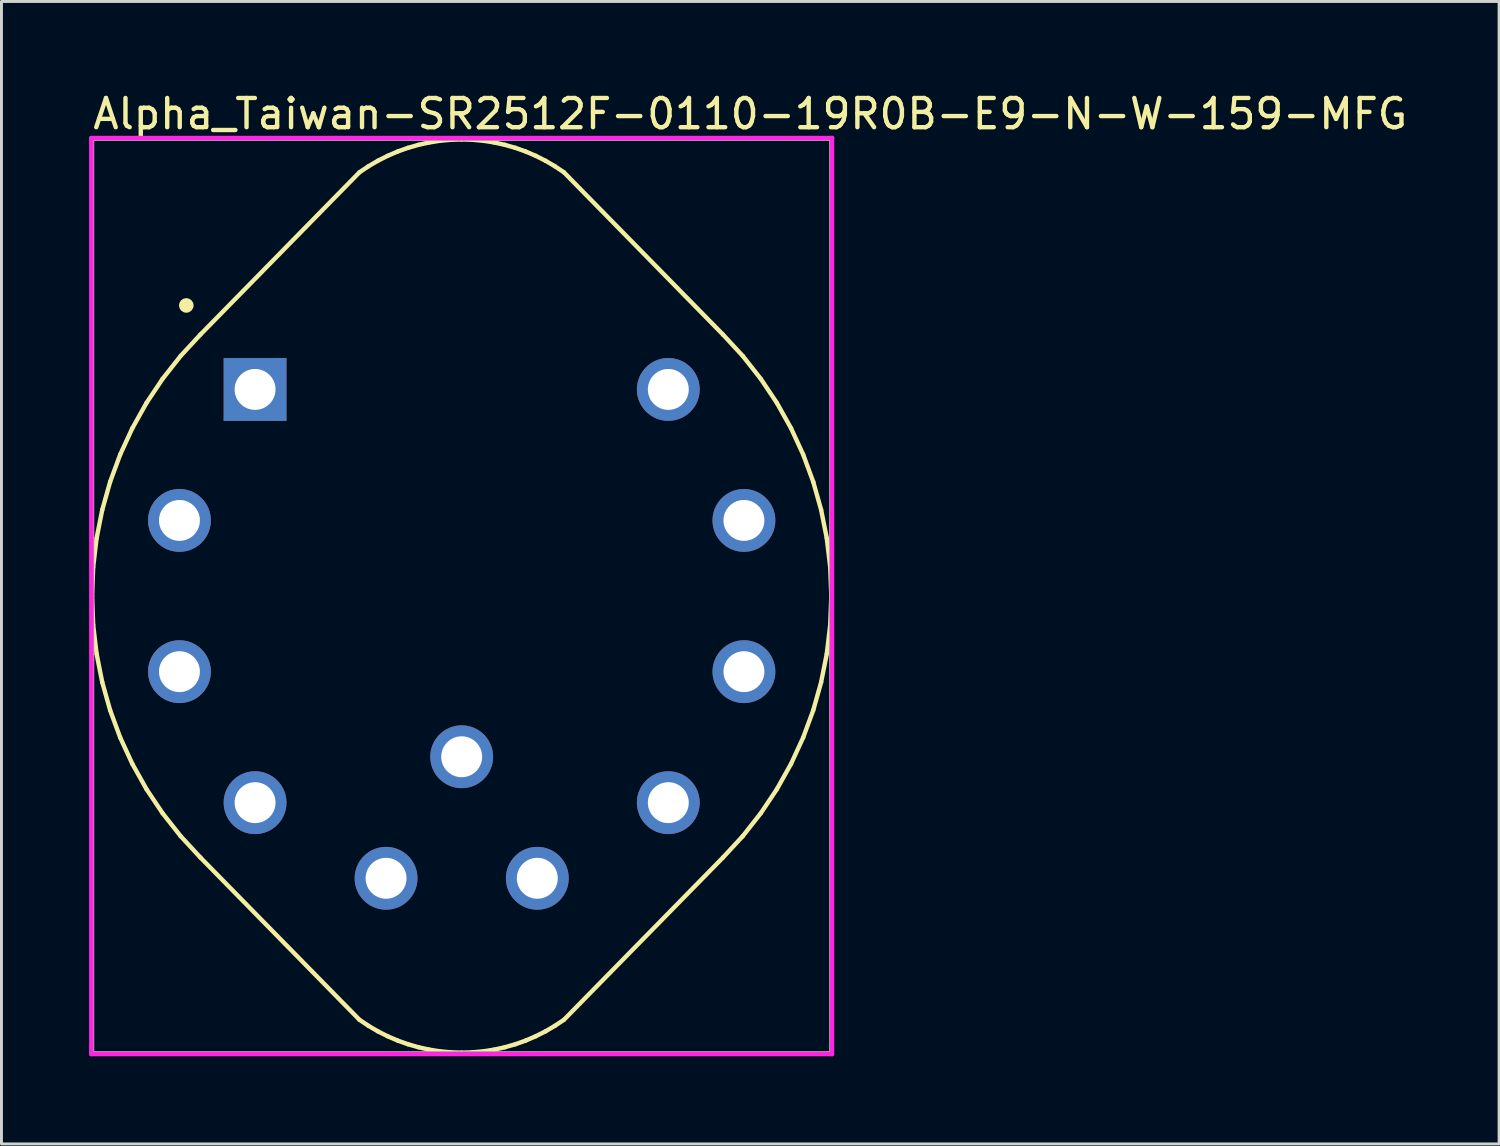
<source format=kicad_pcb>
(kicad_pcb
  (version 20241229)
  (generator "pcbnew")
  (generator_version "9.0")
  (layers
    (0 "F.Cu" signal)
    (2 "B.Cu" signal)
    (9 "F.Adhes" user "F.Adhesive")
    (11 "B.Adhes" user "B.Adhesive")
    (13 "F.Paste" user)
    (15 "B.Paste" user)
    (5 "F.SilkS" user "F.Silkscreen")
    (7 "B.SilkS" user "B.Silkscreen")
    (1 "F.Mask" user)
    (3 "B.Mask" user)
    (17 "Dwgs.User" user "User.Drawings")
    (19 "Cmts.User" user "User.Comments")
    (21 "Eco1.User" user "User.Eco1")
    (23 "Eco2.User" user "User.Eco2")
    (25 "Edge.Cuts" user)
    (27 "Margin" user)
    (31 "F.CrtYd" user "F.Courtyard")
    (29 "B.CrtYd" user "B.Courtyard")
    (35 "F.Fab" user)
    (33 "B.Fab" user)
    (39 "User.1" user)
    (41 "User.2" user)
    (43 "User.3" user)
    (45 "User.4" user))
  (footprint "Alpha_Taiwan-SR2512F-0110-19R0B-E9-N-W-159-MFG"
    (layer "F.Cu")
    (at 12.75 17.348)
    (property "Reference" "Alpha_Taiwan-SR2512F-0110-19R0B-E9-N-W-159-MFG" (at -12.7 -16.5 0) (layer "F.SilkS") (effects (font (size 1 1) (thickness 0.15)) (justify left)))
    (attr through_hole)
    (fp_line (start -12.65 0) (end -12.611 0.993) (stroke (width 0.15) (type solid)) (layer "F.SilkS"))
    (fp_line (start -12.611 -0.993) (end -12.65 0) (stroke (width 0.15) (type solid)) (layer "F.SilkS"))
    (fp_line (start -12.611 0.993) (end -12.494 1.979) (stroke (width 0.15) (type solid)) (layer "F.SilkS"))
    (fp_line (start -12.494 -1.979) (end -12.611 -0.993) (stroke (width 0.15) (type solid)) (layer "F.SilkS"))
    (fp_line (start -12.494 1.979) (end -12.3 2.953) (stroke (width 0.15) (type solid)) (layer "F.SilkS"))
    (fp_line (start -12.3 -2.953) (end -12.494 -1.979) (stroke (width 0.15) (type solid)) (layer "F.SilkS"))
    (fp_line (start -12.3 2.953) (end -12.031 3.909) (stroke (width 0.15) (type solid)) (layer "F.SilkS"))
    (fp_line (start -12.031 -3.909) (end -12.3 -2.953) (stroke (width 0.15) (type solid)) (layer "F.SilkS"))
    (fp_line (start -12.031 3.909) (end -11.687 4.841) (stroke (width 0.15) (type solid)) (layer "F.SilkS"))
    (fp_line (start -11.687 -4.841) (end -12.031 -3.909) (stroke (width 0.15) (type solid)) (layer "F.SilkS"))
    (fp_line (start -11.687 4.841) (end -11.271 5.743) (stroke (width 0.15) (type solid)) (layer "F.SilkS"))
    (fp_line (start -11.271 -5.743) (end -11.687 -4.841) (stroke (width 0.15) (type solid)) (layer "F.SilkS"))
    (fp_line (start -11.271 5.743) (end -10.786 6.61) (stroke (width 0.15) (type solid)) (layer "F.SilkS"))
    (fp_line (start -10.786 -6.61) (end -11.271 -5.743) (stroke (width 0.15) (type solid)) (layer "F.SilkS"))
    (fp_line (start -10.786 6.61) (end -10.234 7.435) (stroke (width 0.15) (type solid)) (layer "F.SilkS"))
    (fp_line (start -10.234 -7.435) (end -10.786 -6.61) (stroke (width 0.15) (type solid)) (layer "F.SilkS"))
    (fp_line (start -10.234 7.435) (end -9.619 8.216) (stroke (width 0.15) (type solid)) (layer "F.SilkS"))
    (fp_line (start -9.619 -8.216) (end -10.234 -7.435) (stroke (width 0.15) (type solid)) (layer "F.SilkS"))
    (fp_line (start -9.619 8.216) (end -8.945 8.945) (stroke (width 0.15) (type solid)) (layer "F.SilkS"))
    (fp_line (start -8.945 -8.945) (end -3.5 -14.5) (stroke (width 0.15) (type solid)) (layer "F.SilkS"))
    (fp_line (start -8.945 -8.945) (end -9.619 -8.216) (stroke (width 0.15) (type solid)) (layer "F.SilkS"))
    (fp_line (start -3.5 -14.5) (end -3.19 -14.708) (stroke (width 0.15) (type solid)) (layer "F.SilkS"))
    (fp_line (start -3.5 14.5) (end -8.945 8.945) (stroke (width 0.15) (type solid)) (layer "F.SilkS"))
    (fp_line (start -3.19 -14.708) (end -2.867 -14.897) (stroke (width 0.15) (type solid)) (layer "F.SilkS"))
    (fp_line (start -3.19 14.708) (end -3.5 14.5) (stroke (width 0.15) (type solid)) (layer "F.SilkS"))
    (fp_line (start -2.867 -14.897) (end -2.534 -15.065) (stroke (width 0.15) (type solid)) (layer "F.SilkS"))
    (fp_line (start -2.867 14.897) (end -3.19 14.708) (stroke (width 0.15) (type solid)) (layer "F.SilkS"))
    (fp_line (start -2.534 -15.065) (end -2.19 -15.213) (stroke (width 0.15) (type solid)) (layer "F.SilkS"))
    (fp_line (start -2.534 15.065) (end -2.867 14.897) (stroke (width 0.15) (type solid)) (layer "F.SilkS"))
    (fp_line (start -2.19 -15.213) (end -1.838 -15.338) (stroke (width 0.15) (type solid)) (layer "F.SilkS"))
    (fp_line (start -2.19 15.213) (end -2.534 15.065) (stroke (width 0.15) (type solid)) (layer "F.SilkS"))
    (fp_line (start -1.838 -15.338) (end -1.479 -15.441) (stroke (width 0.15) (type solid)) (layer "F.SilkS"))
    (fp_line (start -1.838 15.338) (end -2.19 15.213) (stroke (width 0.15) (type solid)) (layer "F.SilkS"))
    (fp_line (start -1.479 -15.441) (end -1.115 -15.522) (stroke (width 0.15) (type solid)) (layer "F.SilkS"))
    (fp_line (start -1.479 15.441) (end -1.838 15.338) (stroke (width 0.15) (type solid)) (layer "F.SilkS"))
    (fp_line (start -1.115 -15.522) (end -0.745 -15.58) (stroke (width 0.15) (type solid)) (layer "F.SilkS"))
    (fp_line (start -1.115 15.522) (end -1.479 15.441) (stroke (width 0.15) (type solid)) (layer "F.SilkS"))
    (fp_line (start -0.745 -15.58) (end -0.373 -15.615) (stroke (width 0.15) (type solid)) (layer "F.SilkS"))
    (fp_line (start -0.745 15.58) (end -1.115 15.522) (stroke (width 0.15) (type solid)) (layer "F.SilkS"))
    (fp_line (start -0.373 -15.615) (end 0 -15.627) (stroke (width 0.15) (type solid)) (layer "F.SilkS"))
    (fp_line (start -0.373 15.615) (end -0.745 15.58) (stroke (width 0.15) (type solid)) (layer "F.SilkS"))
    (fp_line (start 0 -15.627) (end 0.373 -15.615) (stroke (width 0.15) (type solid)) (layer "F.SilkS"))
    (fp_line (start 0 15.627) (end -0.373 15.615) (stroke (width 0.15) (type solid)) (layer "F.SilkS"))
    (fp_line (start 0.373 -15.615) (end 0.745 -15.58) (stroke (width 0.15) (type solid)) (layer "F.SilkS"))
    (fp_line (start 0.373 15.615) (end 0 15.627) (stroke (width 0.15) (type solid)) (layer "F.SilkS"))
    (fp_line (start 0.745 -15.58) (end 1.115 -15.522) (stroke (width 0.15) (type solid)) (layer "F.SilkS"))
    (fp_line (start 0.745 15.58) (end 0.373 15.615) (stroke (width 0.15) (type solid)) (layer "F.SilkS"))
    (fp_line (start 1.115 -15.522) (end 1.479 -15.441) (stroke (width 0.15) (type solid)) (layer "F.SilkS"))
    (fp_line (start 1.115 15.522) (end 0.745 15.58) (stroke (width 0.15) (type solid)) (layer "F.SilkS"))
    (fp_line (start 1.479 -15.441) (end 1.838 -15.338) (stroke (width 0.15) (type solid)) (layer "F.SilkS"))
    (fp_line (start 1.479 15.441) (end 1.115 15.522) (stroke (width 0.15) (type solid)) (layer "F.SilkS"))
    (fp_line (start 1.838 -15.338) (end 2.19 -15.213) (stroke (width 0.15) (type solid)) (layer "F.SilkS"))
    (fp_line (start 1.838 15.338) (end 1.479 15.441) (stroke (width 0.15) (type solid)) (layer "F.SilkS"))
    (fp_line (start 2.19 -15.213) (end 2.534 -15.065) (stroke (width 0.15) (type solid)) (layer "F.SilkS"))
    (fp_line (start 2.19 15.213) (end 1.838 15.338) (stroke (width 0.15) (type solid)) (layer "F.SilkS"))
    (fp_line (start 2.534 -15.065) (end 2.867 -14.897) (stroke (width 0.15) (type solid)) (layer "F.SilkS"))
    (fp_line (start 2.534 15.065) (end 2.19 15.213) (stroke (width 0.15) (type solid)) (layer "F.SilkS"))
    (fp_line (start 2.867 -14.897) (end 3.19 -14.708) (stroke (width 0.15) (type solid)) (layer "F.SilkS"))
    (fp_line (start 2.867 14.897) (end 2.534 15.065) (stroke (width 0.15) (type solid)) (layer "F.SilkS"))
    (fp_line (start 3.19 -14.708) (end 3.5 -14.5) (stroke (width 0.15) (type solid)) (layer "F.SilkS"))
    (fp_line (start 3.19 14.708) (end 2.867 14.897) (stroke (width 0.15) (type solid)) (layer "F.SilkS"))
    (fp_line (start 3.5 -14.5) (end 8.945 -8.945) (stroke (width 0.15) (type solid)) (layer "F.SilkS"))
    (fp_line (start 3.5 14.5) (end 3.19 14.708) (stroke (width 0.15) (type solid)) (layer "F.SilkS"))
    (fp_line (start 8.945 -8.945) (end 9.619 -8.216) (stroke (width 0.15) (type solid)) (layer "F.SilkS"))
    (fp_line (start 8.945 8.945) (end 3.5 14.5) (stroke (width 0.15) (type solid)) (layer "F.SilkS"))
    (fp_line (start 9.619 -8.216) (end 10.234 -7.435) (stroke (width 0.15) (type solid)) (layer "F.SilkS"))
    (fp_line (start 9.619 8.216) (end 8.945 8.945) (stroke (width 0.15) (type solid)) (layer "F.SilkS"))
    (fp_line (start 10.234 -7.435) (end 10.786 -6.61) (stroke (width 0.15) (type solid)) (layer "F.SilkS"))
    (fp_line (start 10.234 7.435) (end 9.619 8.216) (stroke (width 0.15) (type solid)) (layer "F.SilkS"))
    (fp_line (start 10.786 -6.61) (end 11.271 -5.743) (stroke (width 0.15) (type solid)) (layer "F.SilkS"))
    (fp_line (start 10.786 6.61) (end 10.234 7.435) (stroke (width 0.15) (type solid)) (layer "F.SilkS"))
    (fp_line (start 11.271 -5.743) (end 11.687 -4.841) (stroke (width 0.15) (type solid)) (layer "F.SilkS"))
    (fp_line (start 11.271 5.743) (end 10.786 6.61) (stroke (width 0.15) (type solid)) (layer "F.SilkS"))
    (fp_line (start 11.687 -4.841) (end 12.031 -3.909) (stroke (width 0.15) (type solid)) (layer "F.SilkS"))
    (fp_line (start 11.687 4.841) (end 11.271 5.743) (stroke (width 0.15) (type solid)) (layer "F.SilkS"))
    (fp_line (start 12.031 -3.909) (end 12.3 -2.953) (stroke (width 0.15) (type solid)) (layer "F.SilkS"))
    (fp_line (start 12.031 3.909) (end 11.687 4.841) (stroke (width 0.15) (type solid)) (layer "F.SilkS"))
    (fp_line (start 12.3 -2.953) (end 12.494 -1.979) (stroke (width 0.15) (type solid)) (layer "F.SilkS"))
    (fp_line (start 12.3 2.953) (end 12.031 3.909) (stroke (width 0.15) (type solid)) (layer "F.SilkS"))
    (fp_line (start 12.494 -1.979) (end 12.611 -0.993) (stroke (width 0.15) (type solid)) (layer "F.SilkS"))
    (fp_line (start 12.494 1.979) (end 12.3 2.953) (stroke (width 0.15) (type solid)) (layer "F.SilkS"))
    (fp_line (start 12.611 -0.993) (end 12.65 -0.000001) (stroke (width 0.15) (type solid)) (layer "F.SilkS"))
    (fp_line (start 12.611 0.993) (end 12.494 1.979) (stroke (width 0.15) (type solid)) (layer "F.SilkS"))
    (fp_line (start 12.65 -0.000001) (end 12.611 0.993) (stroke (width 0.15) (type solid)) (layer "F.SilkS"))
    (fp_circle (center -9.425 -9.946) (end -9.3 -9.946) (stroke (width 0.25) (type solid)) (fill no) (layer "F.SilkS"))
    (fp_line (start -12.675 -15.675) (end -12.675 15.675) (stroke (width 0.15) (type solid)) (layer "F.CrtYd"))
    (fp_line (start -12.675 15.675) (end 12.675 15.675) (stroke (width 0.15) (type solid)) (layer "F.CrtYd"))
    (fp_line (start 12.675 -15.675) (end -12.675 -15.675) (stroke (width 0.15) (type solid)) (layer "F.CrtYd"))
    (fp_line (start 12.675 -15.675) (end 12.675 -15.675) (stroke (width 0.15) (type solid)) (layer "F.CrtYd"))
    (fp_line (start 12.675 15.675) (end 12.675 -15.675) (stroke (width 0.15) (type solid)) (layer "F.CrtYd"))
    (fp_line (start -12.65 -15.65) (end 12.65 -15.65) (stroke (width 0.15) (type solid)) (layer "F.Fab"))
    (fp_line (start -12.65 15.65) (end -12.65 -15.65) (stroke (width 0.15) (type solid)) (layer "F.Fab"))
    (fp_line (start 12.65 -15.65) (end 12.65 15.65) (stroke (width 0.15) (type solid)) (layer "F.Fab"))
    (fp_line (start 12.65 15.65) (end -12.65 15.65) (stroke (width 0.15) (type solid)) (layer "F.Fab"))
    (pad "1" thru_hole rect (at -7.071 -7.071) (size 2.15 2.15) (drill 1.4) (layers "*.Cu"))
    (pad "2" thru_hole circle (at -9.659 -2.588) (size 2.15 2.15) (drill 1.4) (layers "*.Cu"))
    (pad "3" thru_hole circle (at -9.659 2.588) (size 2.15 2.15) (drill 1.4) (layers "*.Cu"))
    (pad "4" thru_hole circle (at -7.071 7.071) (size 2.15 2.15) (drill 1.4) (layers "*.Cu"))
    (pad "5" thru_hole circle (at -2.588 9.659) (size 2.15 2.15) (drill 1.4) (layers "*.Cu"))
    (pad "6" thru_hole circle (at 2.588 9.659) (size 2.15 2.15) (drill 1.4) (layers "*.Cu"))
    (pad "7" thru_hole circle (at 7.071 7.071) (size 2.15 2.15) (drill 1.4) (layers "*.Cu"))
    (pad "8" thru_hole circle (at 9.659 2.588) (size 2.15 2.15) (drill 1.4) (layers "*.Cu"))
    (pad "9" thru_hole circle (at 9.659 -2.588) (size 2.15 2.15) (drill 1.4) (layers "*.Cu"))
    (pad "10" thru_hole circle (at 7.071 -7.071) (size 2.15 2.15) (drill 1.4) (layers "*.Cu"))
    (pad "11" thru_hole circle (at 0 5.5) (size 2.15 2.15) (drill 1.4) (layers "*.Cu")))
  (gr_rect
    (start -3 -3)
    (end 48.252 36.098)
    (stroke (width 0.1) (type default))
    (fill no)
    (layer "Edge.Cuts")))
</source>
